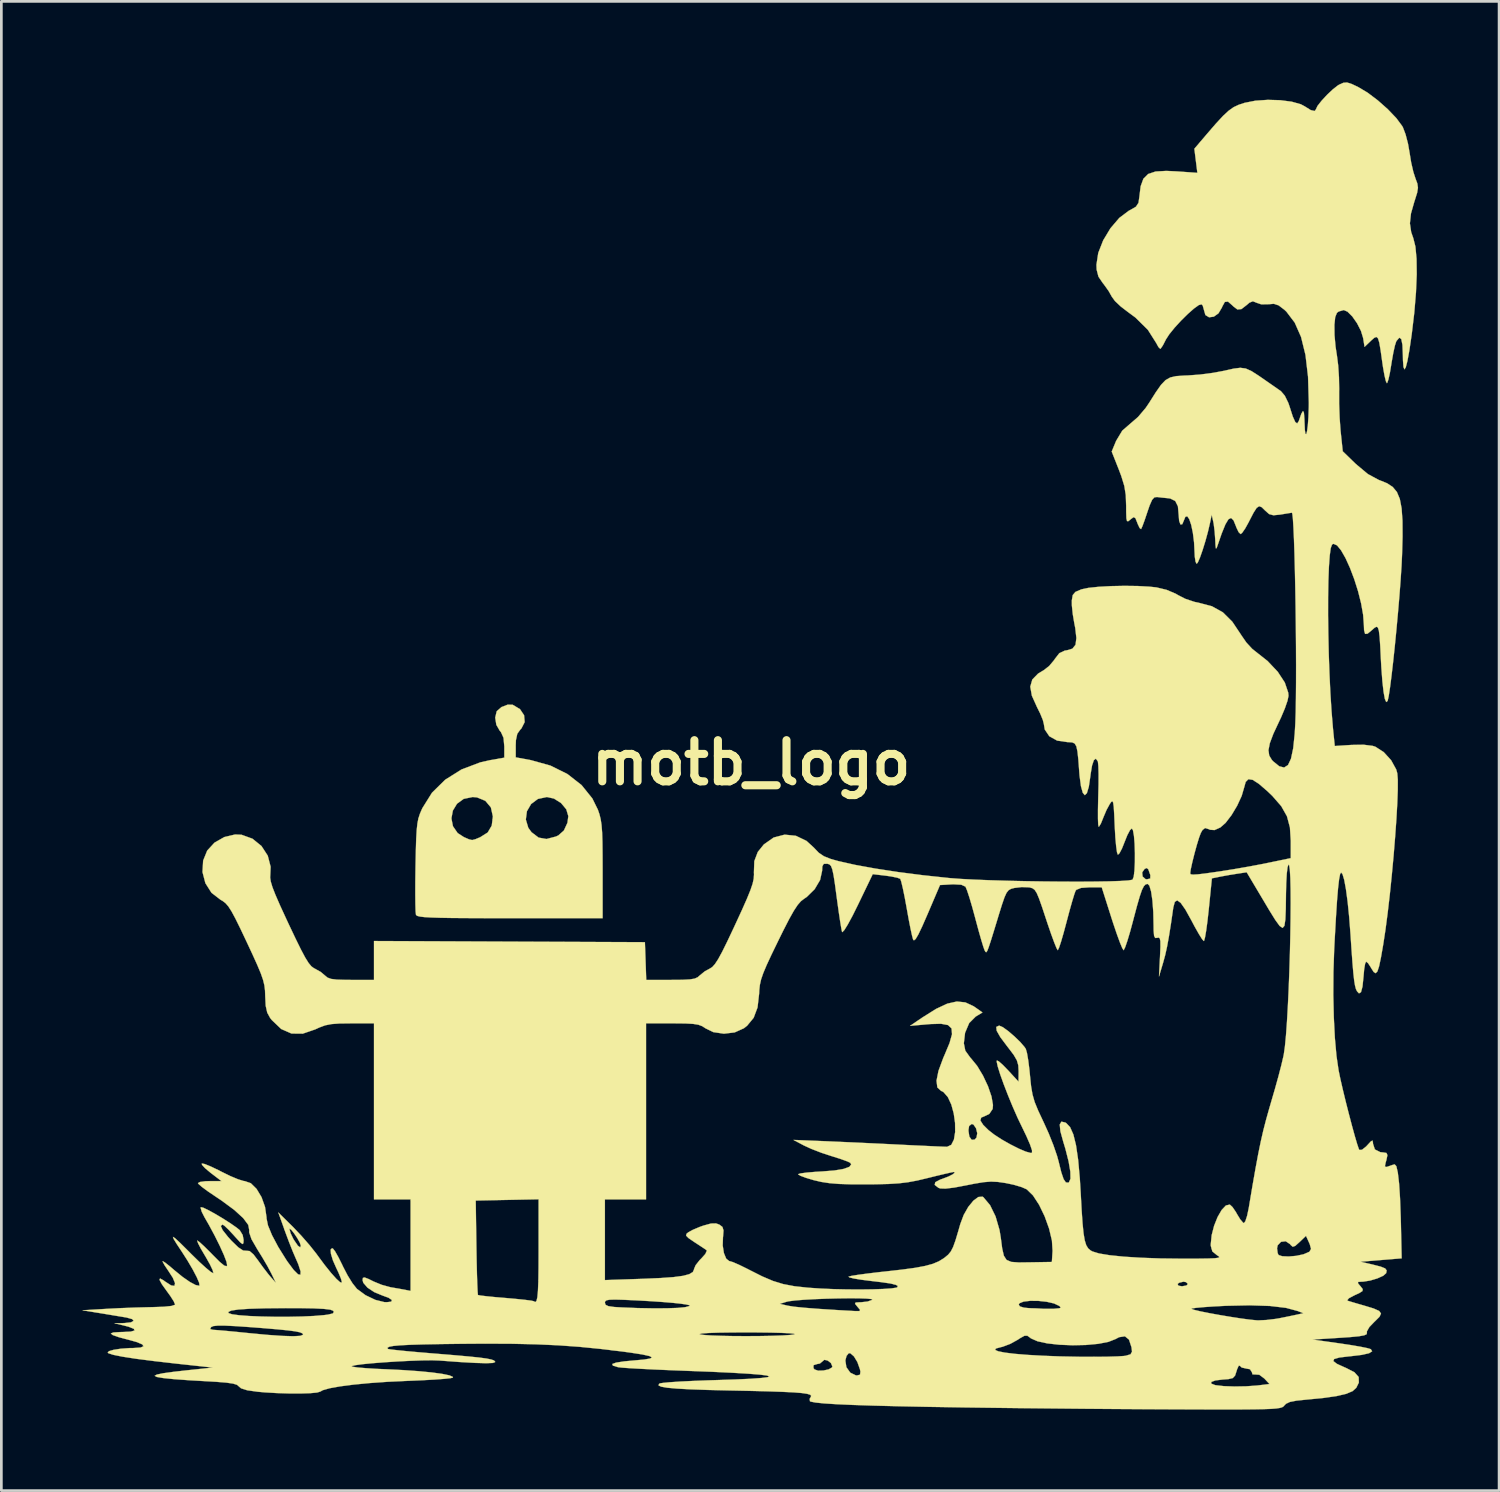
<source format=kicad_pcb>
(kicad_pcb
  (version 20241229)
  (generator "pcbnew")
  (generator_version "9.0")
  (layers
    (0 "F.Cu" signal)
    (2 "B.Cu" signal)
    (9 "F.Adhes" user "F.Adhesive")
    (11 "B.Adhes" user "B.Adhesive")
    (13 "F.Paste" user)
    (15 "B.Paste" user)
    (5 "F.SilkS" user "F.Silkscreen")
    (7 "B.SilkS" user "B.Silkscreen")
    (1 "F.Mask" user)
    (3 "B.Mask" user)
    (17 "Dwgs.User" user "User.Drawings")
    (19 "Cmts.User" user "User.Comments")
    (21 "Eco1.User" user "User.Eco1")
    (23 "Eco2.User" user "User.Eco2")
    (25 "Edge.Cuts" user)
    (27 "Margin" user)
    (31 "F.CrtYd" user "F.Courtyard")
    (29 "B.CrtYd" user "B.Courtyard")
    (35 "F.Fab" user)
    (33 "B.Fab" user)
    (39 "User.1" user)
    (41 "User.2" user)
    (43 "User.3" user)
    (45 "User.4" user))
  (footprint "motb_logo"
    (layer "F.Cu")
    (at 24.77 25.196)
    (property "Reference" "motb_logo" (at 0 0 0) (layer "F.SilkS") (effects (font (size 1.524 1.524) (thickness 0.3))))
    (attr through_hole)
    (fp_poly (pts (xy -8.833 -2.146) (xy -8.563 -1.984) (xy -8.411 -1.757) (xy -8.39 -1.505) (xy -8.511 -1.268) (xy -8.551 -1.228) (xy -8.663 -1.072) (xy -8.714 -0.836) (xy -8.721 -0.637) (xy -8.721 -0.199) (xy -8.154 -0.094) (xy -7.437 0.106) (xy -6.807 0.418) (xy -6.283 0.828) (xy -5.884 1.323) (xy -5.679 1.738) (xy -5.619 1.913) (xy -5.575 2.093) (xy -5.543 2.305) (xy -5.522 2.577) (xy -5.51 2.937) (xy -5.505 3.413) (xy -5.503 3.983) (xy -5.503 5.757) (xy -8.935 5.757) (xy -9.799 5.757) (xy -10.509 5.754) (xy -11.08 5.75) (xy -11.526 5.742) (xy -11.862 5.731) (xy -12.103 5.717) (xy -12.265 5.698) (xy -12.361 5.674) (xy -12.407 5.644) (xy -12.415 5.631) (xy -12.429 5.51) (xy -12.437 5.248) (xy -12.441 4.873) (xy -12.44 4.414) (xy -12.433 3.897) (xy -12.432 3.832) (xy -12.42 3.254) (xy -12.407 2.817) (xy -12.388 2.492) (xy -12.362 2.249) (xy -12.325 2.062) (xy -11.103 2.062) (xy -11.046 2.352) (xy -10.872 2.605) (xy -10.64 2.755) (xy -10.449 2.838) (xy -10.335 2.864) (xy -10.215 2.833) (xy -10.037 2.759) (xy -9.758 2.583) (xy -9.609 2.328) (xy -9.581 2.104) (xy -8.347 2.104) (xy -8.255 2.412) (xy -8.137 2.573) (xy -7.874 2.773) (xy -7.583 2.825) (xy -7.234 2.734) (xy -7.143 2.692) (xy -6.938 2.511) (xy -6.806 2.225) (xy -6.773 1.979) (xy -6.849 1.725) (xy -7.043 1.493) (xy -7.307 1.327) (xy -7.566 1.27) (xy -7.9 1.341) (xy -8.152 1.53) (xy -8.307 1.797) (xy -8.347 2.104) (xy -9.581 2.104) (xy -9.567 1.991) (xy -9.641 1.656) (xy -9.845 1.412) (xy -10.154 1.284) (xy -10.314 1.27) (xy -10.647 1.338) (xy -10.895 1.518) (xy -11.049 1.772) (xy -11.103 2.062) (xy -12.325 2.062) (xy -12.324 2.061) (xy -12.272 1.897) (xy -12.201 1.731) (xy -12.178 1.681) (xy -11.822 1.111) (xy -11.333 0.63) (xy -10.731 0.251) (xy -10.035 -0.013) (xy -9.665 -0.096) (xy -9.144 -0.187) (xy -9.144 -0.602) (xy -9.173 -0.923) (xy -9.269 -1.135) (xy -9.313 -1.185) (xy -9.439 -1.403) (xy -9.481 -1.669) (xy -9.427 -1.899) (xy -9.418 -1.913) (xy -9.247 -2.062) (xy -9.019 -2.15) (xy -8.833 -2.146)) (stroke (width 0.01) (type solid)) (fill yes) (layer "F.SilkS"))
    (fp_poly (pts (xy 22.238 -25.136) (xy 22.47 -25.027) (xy 22.823 -24.817) (xy 23.205 -24.529) (xy 23.575 -24.201) (xy 23.89 -23.871) (xy 24.108 -23.577) (xy 24.136 -23.526) (xy 24.233 -23.27) (xy 24.323 -22.923) (xy 24.382 -22.584) (xy 24.441 -22.222) (xy 24.521 -21.878) (xy 24.598 -21.64) (xy 24.669 -21.449) (xy 24.691 -21.291) (xy 24.661 -21.106) (xy 24.575 -20.831) (xy 24.56 -20.787) (xy 24.432 -20.337) (xy 24.393 -19.975) (xy 24.441 -19.648) (xy 24.519 -19.424) (xy 24.597 -19.114) (xy 24.639 -18.662) (xy 24.646 -18.089) (xy 24.618 -17.418) (xy 24.556 -16.671) (xy 24.461 -15.87) (xy 24.375 -15.282) (xy 24.302 -14.882) (xy 24.24 -14.643) (xy 24.191 -14.567) (xy 24.155 -14.655) (xy 24.136 -14.909) (xy 24.133 -15.092) (xy 24.117 -15.475) (xy 24.073 -15.691) (xy 24.001 -15.741) (xy 23.901 -15.624) (xy 23.886 -15.598) (xy 23.837 -15.447) (xy 23.778 -15.179) (xy 23.719 -14.845) (xy 23.704 -14.752) (xy 23.651 -14.433) (xy 23.597 -14.191) (xy 23.552 -14.064) (xy 23.54 -14.055) (xy 23.502 -14.133) (xy 23.452 -14.342) (xy 23.398 -14.645) (xy 23.37 -14.836) (xy 23.309 -15.27) (xy 23.26 -15.557) (xy 23.211 -15.716) (xy 23.152 -15.769) (xy 23.072 -15.735) (xy 22.959 -15.635) (xy 22.945 -15.621) (xy 22.714 -15.4) (xy 22.661 -15.729) (xy 22.58 -15.994) (xy 22.436 -16.275) (xy 22.26 -16.527) (xy 22.082 -16.704) (xy 21.945 -16.764) (xy 21.757 -16.71) (xy 21.692 -16.662) (xy 21.627 -16.504) (xy 21.597 -16.217) (xy 21.601 -15.839) (xy 21.64 -15.407) (xy 21.692 -15.071) (xy 21.737 -14.716) (xy 21.766 -14.277) (xy 21.774 -13.838) (xy 21.772 -13.758) (xy 21.772 -13.29) (xy 21.791 -12.77) (xy 21.825 -12.302) (xy 21.829 -12.265) (xy 21.906 -11.533) (xy 22.392 -11.062) (xy 22.836 -10.691) (xy 23.244 -10.47) (xy 23.283 -10.457) (xy 23.549 -10.349) (xy 23.757 -10.212) (xy 23.912 -10.025) (xy 24.02 -9.767) (xy 24.086 -9.42) (xy 24.118 -8.962) (xy 24.121 -8.375) (xy 24.103 -7.715) (xy 24.083 -7.285) (xy 24.049 -6.766) (xy 24.005 -6.183) (xy 23.952 -5.562) (xy 23.894 -4.929) (xy 23.833 -4.308) (xy 23.771 -3.726) (xy 23.711 -3.208) (xy 23.656 -2.78) (xy 23.608 -2.467) (xy 23.57 -2.295) (xy 23.566 -2.286) (xy 23.516 -2.248) (xy 23.465 -2.366) (xy 23.417 -2.629) (xy 23.373 -3.022) (xy 23.335 -3.534) (xy 23.32 -3.81) (xy 23.295 -4.314) (xy 23.271 -4.668) (xy 23.243 -4.893) (xy 23.206 -5.009) (xy 23.153 -5.036) (xy 23.078 -4.993) (xy 23 -4.923) (xy 22.828 -4.78) (xy 22.734 -4.77) (xy 22.696 -4.907) (xy 22.689 -5.101) (xy 22.661 -5.479) (xy 22.586 -5.904) (xy 22.473 -6.352) (xy 22.332 -6.797) (xy 22.174 -7.214) (xy 22.008 -7.579) (xy 21.844 -7.866) (xy 21.693 -8.05) (xy 21.563 -8.107) (xy 21.509 -8.079) (xy 21.461 -7.946) (xy 21.423 -7.665) (xy 21.394 -7.256) (xy 21.374 -6.741) (xy 21.364 -6.141) (xy 21.363 -5.476) (xy 21.372 -4.767) (xy 21.388 -4.035) (xy 21.414 -3.301) (xy 21.448 -2.586) (xy 21.491 -1.91) (xy 21.542 -1.295) (xy 21.56 -1.11) (xy 21.611 -0.619) (xy 22.234 -0.659) (xy 22.681 -0.666) (xy 23.015 -0.624) (xy 23.113 -0.593) (xy 23.424 -0.393) (xy 23.699 -0.091) (xy 23.886 0.249) (xy 23.926 0.392) (xy 23.945 0.627) (xy 23.944 1.004) (xy 23.926 1.5) (xy 23.893 2.089) (xy 23.846 2.747) (xy 23.789 3.447) (xy 23.722 4.167) (xy 23.649 4.88) (xy 23.57 5.561) (xy 23.488 6.187) (xy 23.405 6.731) (xy 23.405 6.731) (xy 23.321 7.213) (xy 23.252 7.541) (xy 23.189 7.73) (xy 23.125 7.795) (xy 23.052 7.75) (xy 22.961 7.608) (xy 22.945 7.578) (xy 22.844 7.424) (xy 22.771 7.366) (xy 22.735 7.443) (xy 22.7 7.645) (xy 22.676 7.913) (xy 22.638 8.288) (xy 22.582 8.497) (xy 22.508 8.542) (xy 22.435 8.464) (xy 22.395 8.381) (xy 22.361 8.254) (xy 22.329 8.061) (xy 22.298 7.783) (xy 22.265 7.396) (xy 22.228 6.879) (xy 22.193 6.35) (xy 22.144 5.711) (xy 22.087 5.15) (xy 22.025 4.687) (xy 21.961 4.339) (xy 21.897 4.126) (xy 21.844 4.064) (xy 21.808 4.126) (xy 21.771 4.316) (xy 21.733 4.642) (xy 21.694 5.111) (xy 21.654 5.731) (xy 21.61 6.51) (xy 21.589 6.914) (xy 21.561 7.751) (xy 21.556 8.6) (xy 21.575 9.424) (xy 21.614 10.188) (xy 21.674 10.857) (xy 21.752 11.391) (xy 21.818 11.711) (xy 21.909 12.107) (xy 22.016 12.548) (xy 22.131 13) (xy 22.245 13.434) (xy 22.35 13.816) (xy 22.438 14.115) (xy 22.5 14.299) (xy 22.521 14.341) (xy 22.619 14.334) (xy 22.771 14.213) (xy 22.809 14.172) (xy 22.948 14.022) (xy 23.009 13.992) (xy 23.026 14.075) (xy 23.027 14.113) (xy 23.096 14.321) (xy 23.297 14.422) (xy 23.41 14.433) (xy 23.526 14.452) (xy 23.56 14.533) (xy 23.522 14.716) (xy 23.495 14.808) (xy 23.467 14.951) (xy 23.529 14.971) (xy 23.591 14.95) (xy 23.762 14.891) (xy 23.829 14.874) (xy 23.892 14.945) (xy 23.946 15.182) (xy 23.992 15.579) (xy 24.028 16.132) (xy 24.054 16.838) (xy 24.06 17.072) (xy 24.088 18.354) (xy 22.564 18.48) (xy 23.011 18.584) (xy 23.311 18.661) (xy 23.476 18.727) (xy 23.533 18.802) (xy 23.514 18.903) (xy 23.406 18.999) (xy 23.189 19.097) (xy 22.92 19.177) (xy 22.66 19.218) (xy 22.604 19.219) (xy 22.472 19.228) (xy 22.475 19.285) (xy 22.563 19.387) (xy 22.645 19.492) (xy 22.637 19.565) (xy 22.515 19.643) (xy 22.344 19.721) (xy 22.136 19.831) (xy 22.073 19.906) (xy 22.1 19.928) (xy 22.247 19.973) (xy 22.495 20.046) (xy 22.691 20.102) (xy 23.049 20.211) (xy 23.255 20.303) (xy 23.323 20.399) (xy 23.267 20.519) (xy 23.1 20.685) (xy 23.083 20.7) (xy 22.89 20.901) (xy 22.8 21.06) (xy 22.801 21.111) (xy 22.791 21.164) (xy 22.7 21.205) (xy 22.505 21.24) (xy 22.182 21.271) (xy 21.816 21.296) (xy 20.786 21.362) (xy 21.812 21.507) (xy 22.218 21.568) (xy 22.566 21.628) (xy 22.82 21.68) (xy 22.944 21.717) (xy 22.945 21.717) (xy 22.995 21.797) (xy 22.881 21.868) (xy 22.609 21.93) (xy 22.183 21.981) (xy 22.144 21.984) (xy 21.782 22.027) (xy 21.587 22.083) (xy 21.558 22.159) (xy 21.692 22.262) (xy 21.989 22.397) (xy 22.02 22.409) (xy 22.338 22.572) (xy 22.496 22.749) (xy 22.502 22.956) (xy 22.407 23.149) (xy 22.272 23.271) (xy 22.034 23.372) (xy 21.674 23.456) (xy 21.178 23.527) (xy 20.575 23.585) (xy 20.195 23.624) (xy 19.95 23.672) (xy 19.805 23.74) (xy 19.744 23.802) (xy 19.712 23.839) (xy 19.661 23.87) (xy 19.578 23.894) (xy 19.447 23.914) (xy 19.253 23.929) (xy 18.983 23.939) (xy 18.621 23.946) (xy 18.153 23.95) (xy 17.564 23.951) (xy 16.839 23.95) (xy 15.964 23.947) (xy 15.68 23.946) (xy 14.676 23.941) (xy 13.55 23.934) (xy 12.352 23.925) (xy 11.127 23.913) (xy 9.924 23.901) (xy 8.792 23.887) (xy 7.777 23.874) (xy 7.744 23.873) (xy 6.506 23.853) (xy 5.432 23.831) (xy 4.519 23.808) (xy 3.762 23.783) (xy 3.157 23.756) (xy 2.699 23.727) (xy 2.384 23.695) (xy 2.207 23.661) (xy 2.176 23.648) (xy 2.163 23.56) (xy 2.202 23.494) (xy 2.221 23.445) (xy 2.182 23.405) (xy 2.069 23.371) (xy 1.869 23.342) (xy 1.568 23.318) (xy 1.152 23.298) (xy 0.607 23.279) (xy -0.082 23.262) (xy -0.804 23.247) (xy -1.612 23.228) (xy -2.26 23.205) (xy -2.756 23.178) (xy -3.111 23.146) (xy -3.333 23.107) (xy -3.431 23.061) (xy -3.416 23.007) (xy -3.393 22.991) (xy 17.032 22.991) (xy 17.175 23.047) (xy 17.209 23.054) (xy 17.505 23.087) (xy 17.902 23.101) (xy 18.331 23.093) (xy 18.723 23.065) (xy 18.761 23.061) (xy 19.192 23.009) (xy 19.004 22.806) (xy 18.817 22.666) (xy 18.679 22.656) (xy 18.564 22.651) (xy 18.542 22.573) (xy 18.47 22.461) (xy 18.337 22.437) (xy 18.165 22.398) (xy 18.094 22.331) (xy 18.052 22.332) (xy 17.993 22.464) (xy 17.976 22.521) (xy 17.919 22.696) (xy 17.835 22.787) (xy 17.673 22.827) (xy 17.457 22.843) (xy 17.188 22.876) (xy 17.042 22.93) (xy 17.032 22.991) (xy -3.393 22.991) (xy -3.392 22.99) (xy -3.278 22.968) (xy -3.019 22.943) (xy -2.643 22.918) (xy -2.174 22.895) (xy -1.639 22.874) (xy -1.346 22.865) (xy -0.606 22.841) (xy -0.034 22.815) (xy 0.37 22.786) (xy 0.605 22.757) (xy 0.674 22.726) (xy 0.576 22.693) (xy 0.312 22.66) (xy -0.117 22.626) (xy -0.712 22.591) (xy -1.47 22.555) (xy -2.393 22.52) (xy -2.413 22.519) (xy -3.03 22.495) (xy -3.602 22.47) (xy -4.103 22.445) (xy -4.508 22.422) (xy -4.794 22.401) (xy -4.932 22.385) (xy -5.123 22.324) (xy -5.128 22.311) (xy 2.305 22.311) (xy 2.307 22.42) (xy 2.346 22.469) (xy 2.476 22.514) (xy 2.673 22.509) (xy 2.868 22.466) (xy 2.991 22.396) (xy 3.006 22.361) (xy 2.952 22.233) (xy 2.832 22.138) (xy 2.809 22.133) (xy 3.486 22.133) (xy 3.524 22.385) (xy 3.668 22.588) (xy 3.875 22.688) (xy 3.917 22.691) (xy 4.03 22.663) (xy 4.044 22.549) (xy 4.025 22.458) (xy 3.931 22.194) (xy 3.804 21.985) (xy 3.675 21.872) (xy 3.614 21.866) (xy 3.531 21.966) (xy 3.486 22.133) (xy 2.809 22.133) (xy 2.708 22.112) (xy 2.649 22.162) (xy 2.543 22.25) (xy 2.448 22.267) (xy 2.305 22.311) (xy -5.128 22.311) (xy -5.146 22.268) (xy -5.004 22.216) (xy -4.699 22.169) (xy -4.348 22.137) (xy -3.966 22.102) (xy -3.741 22.064) (xy -3.675 22.021) (xy -3.772 21.972) (xy -4.032 21.914) (xy -4.458 21.848) (xy -4.75 21.808) (xy -5.27 21.745) (xy 9.032 21.745) (xy 9.145 21.796) (xy 9.39 21.845) (xy 9.754 21.89) (xy 10.226 21.929) (xy 10.792 21.961) (xy 11.439 21.986) (xy 12.157 22) (xy 12.287 22.001) (xy 12.765 22.002) (xy 13.201 21.997) (xy 13.56 21.986) (xy 13.804 21.97) (xy 13.871 21.961) (xy 14.048 21.908) (xy 14.102 21.808) (xy 14.082 21.644) (xy 13.99 21.364) (xy 13.84 21.242) (xy 13.623 21.274) (xy 13.493 21.343) (xy 13.226 21.448) (xy 12.846 21.521) (xy 12.39 21.563) (xy 11.899 21.573) (xy 11.411 21.554) (xy 10.966 21.504) (xy 10.602 21.425) (xy 10.359 21.318) (xy 10.331 21.295) (xy 10.225 21.219) (xy 10.118 21.222) (xy 9.954 21.313) (xy 9.865 21.372) (xy 9.593 21.522) (xy 9.312 21.628) (xy 9.251 21.642) (xy 9.063 21.693) (xy 9.032 21.745) (xy -5.27 21.745) (xy -5.573 21.709) (xy -6.36 21.631) (xy -7.146 21.575) (xy -7.968 21.538) (xy -8.862 21.518) (xy -9.862 21.513) (xy -10.692 21.519) (xy -11.488 21.529) (xy -12.129 21.541) (xy -12.627 21.556) (xy -12.997 21.575) (xy -13.251 21.598) (xy -13.404 21.627) (xy -13.469 21.663) (xy -13.459 21.706) (xy -13.455 21.71) (xy -13.364 21.727) (xy -13.129 21.754) (xy -12.777 21.79) (xy -12.334 21.83) (xy -11.824 21.873) (xy -11.696 21.883) (xy -11.017 21.939) (xy -10.489 21.986) (xy -10.094 22.026) (xy -9.814 22.063) (xy -9.632 22.099) (xy -9.529 22.135) (xy -9.486 22.176) (xy -9.483 22.196) (xy -9.566 22.228) (xy -9.817 22.238) (xy -10.233 22.226) (xy -10.814 22.193) (xy -11.559 22.138) (xy -11.562 22.138) (xy -11.822 22.129) (xy -12.187 22.133) (xy -12.621 22.149) (xy -13.092 22.172) (xy -13.566 22.203) (xy -14.007 22.237) (xy -14.382 22.273) (xy -14.657 22.31) (xy -14.799 22.344) (xy -14.801 22.345) (xy -14.76 22.369) (xy -14.576 22.396) (xy -14.271 22.422) (xy -13.872 22.447) (xy -13.516 22.462) (xy -12.887 22.493) (xy -12.318 22.533) (xy -11.831 22.58) (xy -11.444 22.633) (xy -11.178 22.688) (xy -11.051 22.744) (xy -11.046 22.771) (xy -11.139 22.793) (xy -11.375 22.818) (xy -11.727 22.844) (xy -12.169 22.868) (xy -12.676 22.89) (xy -12.75 22.893) (xy -13.462 22.926) (xy -14.126 22.973) (xy -14.72 23.03) (xy -15.222 23.095) (xy -15.612 23.165) (xy -15.869 23.238) (xy -15.955 23.287) (xy -16.077 23.324) (xy -16.332 23.348) (xy -16.688 23.359) (xy -17.11 23.358) (xy -17.564 23.344) (xy -18.015 23.318) (xy -18.275 23.295) (xy -18.661 23.241) (xy -18.892 23.168) (xy -18.972 23.1) (xy -19.041 23.039) (xy -19.189 22.993) (xy -19.442 22.957) (xy -19.824 22.926) (xy -20.085 22.911) (xy -20.816 22.869) (xy -21.38 22.828) (xy -21.779 22.787) (xy -22.016 22.746) (xy -22.092 22.704) (xy -22.01 22.658) (xy -21.772 22.609) (xy -21.38 22.555) (xy -20.947 22.506) (xy -19.939 22.4) (xy -21.294 22.253) (xy -22.112 22.159) (xy -22.776 22.074) (xy -23.282 21.996) (xy -23.626 21.927) (xy -23.807 21.868) (xy -23.832 21.847) (xy -23.787 21.793) (xy -23.612 21.742) (xy -23.345 21.701) (xy -23.025 21.678) (xy -22.886 21.676) (xy -22.614 21.658) (xy -22.504 21.61) (xy -22.554 21.539) (xy -22.76 21.453) (xy -23.011 21.383) (xy -23.412 21.277) (xy -23.647 21.194) (xy -23.716 21.136) (xy -23.62 21.099) (xy -23.361 21.084) (xy -23.288 21.083) (xy -22.979 21.068) (xy -22.836 21.027) (xy -22.858 20.974) (xy -20.038 20.974) (xy -19.928 21.003) (xy -19.892 21.004) (xy -19.73 21.016) (xy -19.44 21.041) (xy -19.063 21.077) (xy -18.639 21.12) (xy -18.627 21.121) (xy -17.933 21.187) (xy -17.375 21.226) (xy -16.962 21.239) (xy -16.699 21.225) (xy -16.596 21.184) (xy -16.595 21.176) (xy -16.606 21.157) (xy -1.914 21.157) (xy -1.905 21.167) (xy -1.762 21.191) (xy -1.483 21.211) (xy -1.102 21.224) (xy -0.652 21.233) (xy -0.167 21.235) (xy 0.319 21.232) (xy 0.774 21.224) (xy 1.163 21.21) (xy 1.454 21.191) (xy 1.609 21.167) (xy 1.591 21.147) (xy 1.423 21.129) (xy 1.123 21.115) (xy 0.709 21.104) (xy 0.199 21.098) (xy -0.127 21.096) (xy -0.724 21.099) (xy -1.215 21.106) (xy -1.587 21.119) (xy -1.825 21.136) (xy -1.914 21.157) (xy -16.606 21.157) (xy -16.621 21.133) (xy -16.711 21.094) (xy -16.883 21.058) (xy -17.157 21.022) (xy -17.551 20.983) (xy -18.083 20.938) (xy -18.524 20.904) (xy -19.075 20.866) (xy -19.478 20.846) (xy -19.753 20.845) (xy -19.921 20.863) (xy -20.001 20.899) (xy -20.038 20.974) (xy -22.858 20.974) (xy -22.861 20.966) (xy -23.052 20.889) (xy -23.242 20.839) (xy -23.58 20.76) (xy -23.22 20.752) (xy -22.972 20.725) (xy -22.871 20.67) (xy -22.923 20.605) (xy -23.135 20.546) (xy -23.352 20.51) (xy -23.672 20.457) (xy -24.032 20.397) (xy -24.088 20.388) (xy -24.39 20.339) (xy -19.364 20.339) (xy -19.354 20.383) (xy -19.227 20.426) (xy -18.962 20.462) (xy -18.589 20.49) (xy -18.139 20.509) (xy -17.643 20.519) (xy -17.131 20.519) (xy -16.635 20.509) (xy -16.185 20.488) (xy -15.812 20.456) (xy -15.673 20.438) (xy -15.491 20.394) (xy -15.456 20.334) (xy -15.487 20.293) (xy -15.592 20.254) (xy -15.826 20.226) (xy -16.199 20.207) (xy -16.722 20.198) (xy -17.255 20.197) (xy -17.997 20.204) (xy -18.574 20.221) (xy -18.991 20.249) (xy -19.253 20.288) (xy -19.364 20.339) (xy -24.39 20.339) (xy -24.765 20.278) (xy -23.876 20.225) (xy -23.38 20.199) (xy -22.829 20.178) (xy -22.317 20.164) (xy -22.162 20.161) (xy -21.751 20.147) (xy -21.473 20.118) (xy -21.344 20.076) (xy -21.336 20.061) (xy -21.363 19.999) (xy -5.419 19.999) (xy -5.392 20.076) (xy -5.289 20.125) (xy -5.076 20.156) (xy -4.805 20.172) (xy -4.194 20.196) (xy -3.624 20.206) (xy -3.125 20.204) (xy -2.726 20.19) (xy -2.458 20.164) (xy -2.413 20.155) (xy -2.286 20.119) (xy -2.281 20.092) (xy -2.414 20.062) (xy -2.57 20.04) (xy 1.058 20.04) (xy 1.355 20.108) (xy 1.585 20.145) (xy 1.967 20.184) (xy 2.506 20.226) (xy 3.207 20.271) (xy 3.844 20.307) (xy 4.011 20.308) (xy 4.031 20.263) (xy 3.998 20.224) (xy 16.3 20.224) (xy 16.405 20.263) (xy 16.641 20.319) (xy 16.97 20.385) (xy 17.357 20.455) (xy 17.763 20.523) (xy 18.152 20.583) (xy 18.486 20.627) (xy 18.73 20.65) (xy 18.771 20.652) (xy 19.072 20.638) (xy 19.425 20.596) (xy 19.575 20.57) (xy 19.874 20.51) (xy 20.136 20.455) (xy 20.235 20.434) (xy 20.447 20.386) (xy 20.235 20.304) (xy 19.803 20.188) (xy 19.21 20.118) (xy 18.46 20.093) (xy 17.585 20.112) (xy 17.136 20.135) (xy 16.757 20.161) (xy 16.477 20.187) (xy 16.321 20.211) (xy 16.3 20.224) (xy 3.998 20.224) (xy 3.937 20.151) (xy 3.871 20.069) (xy 9.906 20.069) (xy 9.951 20.135) (xy 10.099 20.18) (xy 10.372 20.208) (xy 10.789 20.222) (xy 10.88 20.223) (xy 11.21 20.223) (xy 11.396 20.212) (xy 11.461 20.184) (xy 11.429 20.134) (xy 11.405 20.115) (xy 11.215 20.025) (xy 10.944 19.963) (xy 10.636 19.93) (xy 10.336 19.927) (xy 10.087 19.956) (xy 9.934 20.017) (xy 9.906 20.069) (xy 3.871 20.069) (xy 3.844 20.037) (xy 3.868 19.99) (xy 4.033 19.98) (xy 4.072 19.98) (xy 4.309 19.954) (xy 4.483 19.893) (xy 4.487 19.89) (xy 4.453 19.863) (xy 4.279 19.845) (xy 3.995 19.835) (xy 3.63 19.833) (xy 3.213 19.838) (xy 2.775 19.849) (xy 2.343 19.866) (xy 1.948 19.888) (xy 1.619 19.915) (xy 1.386 19.945) (xy 1.312 19.962) (xy 1.058 20.04) (xy -2.57 20.04) (xy -2.625 20.032) (xy -2.888 20.004) (xy -3.271 19.972) (xy -3.725 19.941) (xy -4.201 19.914) (xy -4.255 19.911) (xy -4.72 19.89) (xy -5.042 19.881) (xy -5.248 19.887) (xy -5.361 19.909) (xy -5.41 19.949) (xy -5.419 19.999) (xy -21.363 19.999) (xy -21.384 19.949) (xy -21.508 19.754) (xy -21.632 19.583) (xy -21.826 19.312) (xy -21.913 19.149) (xy -21.893 19.099) (xy -21.764 19.169) (xy -21.706 19.213) (xy -21.483 19.357) (xy -21.36 19.374) (xy -21.338 19.274) (xy -21.421 19.072) (xy -21.591 18.809) (xy -21.724 18.612) (xy -21.794 18.484) (xy -21.794 18.457) (xy -21.709 18.509) (xy -21.537 18.644) (xy -21.349 18.805) (xy -21.057 19.043) (xy -20.787 19.23) (xy -20.573 19.344) (xy -20.445 19.368) (xy -20.433 19.361) (xy -20.444 19.262) (xy -20.532 19.054) (xy -20.681 18.769) (xy -20.875 18.438) (xy -21.079 18.119) (xy -21.279 17.817) (xy -21.393 17.63) (xy -21.415 17.559) (xy -21.34 17.606) (xy -21.162 17.77) (xy -20.874 18.055) (xy -20.736 18.194) (xy -20.444 18.48) (xy -20.196 18.706) (xy -20.015 18.855) (xy -19.924 18.905) (xy -19.917 18.901) (xy -19.945 18.791) (xy -20.044 18.581) (xy -20.196 18.311) (xy -20.23 18.254) (xy -20.384 17.992) (xy -20.485 17.796) (xy -20.517 17.7) (xy -20.512 17.695) (xy -20.43 17.753) (xy -20.263 17.905) (xy -20.041 18.125) (xy -19.944 18.224) (xy -19.685 18.484) (xy -19.517 18.622) (xy -19.429 18.646) (xy -19.408 18.613) (xy -19.434 18.477) (xy -19.53 18.226) (xy -19.68 17.894) (xy -19.87 17.512) (xy -20.084 17.114) (xy -20.248 16.829) (xy -20.351 16.626) (xy -20.39 16.485) (xy -20.382 16.459) (xy -20.294 16.478) (xy -20.102 16.57) (xy -19.845 16.712) (xy -19.56 16.882) (xy -19.285 17.058) (xy -19.056 17.218) (xy -18.944 17.308) (xy -18.833 17.491) (xy -18.799 17.674) (xy -18.806 17.794) (xy -18.841 17.826) (xy -18.928 17.758) (xy -19.093 17.578) (xy -19.159 17.504) (xy -19.353 17.295) (xy -19.506 17.15) (xy -19.579 17.102) (xy -19.644 17.155) (xy -19.575 17.309) (xy -19.374 17.563) (xy -19.249 17.701) (xy -18.997 17.946) (xy -18.817 18.064) (xy -18.7 18.073) (xy -18.577 18.084) (xy -18.433 18.208) (xy -18.269 18.424) (xy -18.075 18.692) (xy -17.885 18.938) (xy -17.797 19.043) (xy -17.602 19.262) (xy -17.777 18.903) (xy -17.915 18.643) (xy -18.106 18.317) (xy -18.293 18.015) (xy -18.506 17.646) (xy -18.593 17.39) (xy -18.59 17.307) (xy -18.627 17.114) (xy -18.814 16.863) (xy -19.145 16.561) (xy -19.615 16.214) (xy -19.833 16.068) (xy -20.12 15.874) (xy -20.343 15.709) (xy -20.471 15.597) (xy -20.489 15.568) (xy -20.413 15.526) (xy -20.217 15.499) (xy -20.054 15.494) (xy -19.618 15.494) (xy -20.027 15.182) (xy -20.226 15.015) (xy -20.34 14.891) (xy -20.346 14.84) (xy -20.235 14.863) (xy -20.016 14.952) (xy -19.728 15.089) (xy -19.607 15.152) (xy -19.286 15.309) (xy -19 15.428) (xy -18.798 15.49) (xy -18.757 15.494) (xy -18.532 15.572) (xy -18.318 15.783) (xy -18.135 16.088) (xy -18.005 16.452) (xy -17.95 16.836) (xy -17.95 16.873) (xy -17.897 17.133) (xy -17.748 17.495) (xy -17.517 17.931) (xy -17.217 18.412) (xy -17.172 18.479) (xy -16.944 18.785) (xy -16.782 18.946) (xy -16.693 18.962) (xy -16.688 18.837) (xy -16.773 18.574) (xy -16.86 18.373) (xy -16.976 18.104) (xy -17.118 17.746) (xy -17.258 17.371) (xy -17.275 17.323) (xy -17.293 17.272) (xy -17.1 17.272) (xy -17.059 17.424) (xy -16.957 17.636) (xy -16.934 17.674) (xy -16.79 17.884) (xy -16.703 17.948) (xy -16.68 17.886) (xy -16.717 17.775) (xy -16.807 17.611) (xy -16.92 17.441) (xy -17.025 17.307) (xy -17.091 17.256) (xy -17.1 17.272) (xy -17.293 17.272) (xy -17.513 16.655) (xy -16.966 17.196) (xy -16.661 17.517) (xy -16.352 17.871) (xy -16.098 18.191) (xy -16.063 18.24) (xy -15.8 18.595) (xy -15.561 18.893) (xy -15.362 19.115) (xy -15.223 19.24) (xy -15.16 19.25) (xy -15.158 19.238) (xy -15.193 19.106) (xy -15.285 18.883) (xy -15.367 18.711) (xy -15.492 18.427) (xy -15.564 18.189) (xy -15.576 18.03) (xy -15.524 17.98) (xy -15.488 17.995) (xy -15.411 18.095) (xy -15.29 18.308) (xy -15.148 18.592) (xy -15.118 18.657) (xy -14.949 18.983) (xy -14.767 19.277) (xy -14.607 19.479) (xy -14.595 19.49) (xy -14.282 19.72) (xy -13.919 19.893) (xy -13.577 19.978) (xy -13.507 19.981) (xy -13.331 19.958) (xy -13.308 19.897) (xy -13.43 19.814) (xy -13.652 19.733) (xy -13.959 19.606) (xy -14.211 19.439) (xy -14.365 19.261) (xy -14.393 19.162) (xy -14.38 19.078) (xy -14.318 19.062) (xy -14.169 19.12) (xy -13.984 19.212) (xy -13.684 19.335) (xy -13.368 19.422) (xy -13.331 19.429) (xy -13.062 19.475) (xy -12.833 19.517) (xy -12.806 19.522) (xy -12.615 19.561) (xy -12.615 16.214) (xy -10.202 16.214) (xy -10.177 17.947) (xy -10.168 18.47) (xy -10.157 18.933) (xy -10.145 19.31) (xy -10.133 19.576) (xy -10.122 19.704) (xy -10.119 19.712) (xy -10.027 19.731) (xy -9.801 19.758) (xy -9.474 19.791) (xy -9.09 19.823) (xy -8.698 19.858) (xy -8.371 19.892) (xy -8.145 19.921) (xy -8.054 19.942) (xy -7.997 19.974) (xy -7.953 19.931) (xy -7.92 19.798) (xy -7.898 19.557) (xy -7.883 19.194) (xy -7.876 18.693) (xy -7.874 18.074) (xy -7.874 16.171) (xy -5.419 16.171) (xy -5.419 19.16) (xy -4 19.112) (xy -3.362 19.084) (xy -2.875 19.049) (xy -2.524 19.002) (xy -2.292 18.94) (xy -2.162 18.861) (xy -2.117 18.761) (xy -2.117 18.747) (xy -2.058 18.608) (xy -1.912 18.423) (xy -1.847 18.358) (xy -1.701 18.195) (xy -1.646 18.076) (xy -1.657 18.049) (xy -1.77 17.972) (xy -1.971 17.84) (xy -2.112 17.748) (xy -2.324 17.603) (xy -2.412 17.513) (xy -2.395 17.444) (xy -2.331 17.391) (xy -2.16 17.297) (xy -1.903 17.189) (xy -1.77 17.142) (xy -1.49 17.065) (xy -1.302 17.061) (xy -1.179 17.106) (xy -1.065 17.192) (xy -1.026 17.322) (xy -1.043 17.555) (xy -1.046 17.571) (xy -1.056 17.878) (xy -1.012 18.158) (xy -0.926 18.367) (xy -0.812 18.457) (xy -0.8 18.457) (xy -0.676 18.495) (xy -0.446 18.595) (xy -0.154 18.738) (xy -0.053 18.79) (xy 0.407 19.022) (xy 0.804 19.191) (xy 1.185 19.308) (xy 1.599 19.387) (xy 2.095 19.441) (xy 2.582 19.474) (xy 3.048 19.494) (xy 3.543 19.505) (xy 4.036 19.508) (xy 4.497 19.502) (xy 4.895 19.488) (xy 5.199 19.467) (xy 5.379 19.439) (xy 5.411 19.424) (xy 5.424 19.374) (xy 5.342 19.328) (xy 5.233 19.304) (xy 15.79 19.304) (xy 15.82 19.367) (xy 15.955 19.389) (xy 16.116 19.36) (xy 16.171 19.304) (xy 16.101 19.235) (xy 16.007 19.219) (xy 15.845 19.258) (xy 15.79 19.304) (xy 5.233 19.304) (xy 5.144 19.284) (xy 4.812 19.236) (xy 4.433 19.191) (xy 4.073 19.146) (xy 3.796 19.1) (xy 3.632 19.059) (xy 3.604 19.032) (xy 3.716 19.003) (xy 3.965 18.963) (xy 4.318 18.916) (xy 4.743 18.865) (xy 4.95 18.843) (xy 5.58 18.772) (xy 6.068 18.706) (xy 6.44 18.636) (xy 6.723 18.559) (xy 6.945 18.466) (xy 7.13 18.352) (xy 7.169 18.323) (xy 7.294 18.219) (xy 7.392 18.1) (xy 7.477 17.935) (xy 7.565 17.69) (xy 7.672 17.332) (xy 7.742 17.087) (xy 7.868 16.749) (xy 8.038 16.45) (xy 8.227 16.219) (xy 8.411 16.083) (xy 8.566 16.07) (xy 8.598 16.09) (xy 8.844 16.383) (xy 9.049 16.802) (xy 9.195 17.304) (xy 9.241 17.582) (xy 9.294 17.988) (xy 9.355 18.255) (xy 9.455 18.412) (xy 9.629 18.486) (xy 9.908 18.507) (xy 10.304 18.502) (xy 11.134 18.488) (xy 11.16 18.075) (xy 11.136 17.694) (xy 11.031 17.253) (xy 10.867 16.798) (xy 10.662 16.373) (xy 10.435 16.025) (xy 10.205 15.8) (xy 10.202 15.798) (xy 10.013 15.715) (xy 9.723 15.629) (xy 9.423 15.566) (xy 9.133 15.524) (xy 8.88 15.512) (xy 8.608 15.533) (xy 8.263 15.59) (xy 7.971 15.648) (xy 7.516 15.734) (xy 7.2 15.772) (xy 7.002 15.766) (xy 6.934 15.743) (xy 6.795 15.634) (xy 6.816 15.535) (xy 7.001 15.437) (xy 7.091 15.406) (xy 7.309 15.323) (xy 7.471 15.239) (xy 7.542 15.176) (xy 7.5 15.155) (xy 7.395 15.175) (xy 7.161 15.228) (xy 6.837 15.305) (xy 6.531 15.381) (xy 6.148 15.472) (xy 5.81 15.535) (xy 5.471 15.576) (xy 5.083 15.6) (xy 4.598 15.612) (xy 4.276 15.614) (xy 3.699 15.613) (xy 3.252 15.599) (xy 2.897 15.57) (xy 2.595 15.524) (xy 2.312 15.458) (xy 2.025 15.372) (xy 1.821 15.296) (xy 1.737 15.242) (xy 1.738 15.236) (xy 1.832 15.208) (xy 2.058 15.178) (xy 2.378 15.151) (xy 2.619 15.137) (xy 3.084 15.1) (xy 3.428 15.041) (xy 3.639 14.963) (xy 3.703 14.872) (xy 3.665 14.814) (xy 3.557 14.763) (xy 3.33 14.681) (xy 3.03 14.585) (xy 2.965 14.565) (xy 2.594 14.443) (xy 2.23 14.302) (xy 1.95 14.174) (xy 1.949 14.173) (xy 1.566 13.969) (xy 2.752 14.017) (xy 3.255 14.039) (xy 3.866 14.066) (xy 4.525 14.097) (xy 5.17 14.128) (xy 5.503 14.145) (xy 6.013 14.17) (xy 6.473 14.191) (xy 6.855 14.209) (xy 7.126 14.22) (xy 7.253 14.224) (xy 7.409 14.151) (xy 7.507 13.956) (xy 7.553 13.673) (xy 7.552 13.617) (xy 8.043 13.617) (xy 8.078 13.846) (xy 8.165 13.966) (xy 8.277 13.956) (xy 8.343 13.881) (xy 8.371 13.722) (xy 8.326 13.538) (xy 8.233 13.403) (xy 8.169 13.377) (xy 8.069 13.453) (xy 8.043 13.617) (xy 7.552 13.617) (xy 7.549 13.339) (xy 7.5 12.989) (xy 7.41 12.659) (xy 7.282 12.383) (xy 7.121 12.198) (xy 7.028 12.15) (xy 6.893 12.025) (xy 6.862 11.776) (xy 6.935 11.411) (xy 7.11 10.937) (xy 7.154 10.837) (xy 7.344 10.383) (xy 7.436 10.056) (xy 7.419 9.839) (xy 7.287 9.715) (xy 7.028 9.667) (xy 6.635 9.678) (xy 6.539 9.686) (xy 5.884 9.744) (xy 6.34 9.434) (xy 6.845 9.117) (xy 7.262 8.922) (xy 7.616 8.843) (xy 7.931 8.876) (xy 8.232 9.016) (xy 8.31 9.069) (xy 8.563 9.249) (xy 8.314 9.4) (xy 8.071 9.643) (xy 7.919 10.002) (xy 7.874 10.391) (xy 7.928 10.664) (xy 8.111 10.918) (xy 8.132 10.939) (xy 8.367 11.227) (xy 8.585 11.59) (xy 8.769 11.982) (xy 8.898 12.359) (xy 8.953 12.676) (xy 8.941 12.822) (xy 8.817 13.006) (xy 8.679 13.073) (xy 8.517 13.142) (xy 8.486 13.248) (xy 8.589 13.41) (xy 8.784 13.604) (xy 8.998 13.771) (xy 9.281 13.955) (xy 9.597 14.134) (xy 9.905 14.29) (xy 10.169 14.402) (xy 10.35 14.451) (xy 10.399 14.445) (xy 10.398 14.352) (xy 10.325 14.136) (xy 10.19 13.826) (xy 10.045 13.525) (xy 9.867 13.156) (xy 9.685 12.742) (xy 9.509 12.315) (xy 9.35 11.904) (xy 9.22 11.54) (xy 9.13 11.252) (xy 9.091 11.07) (xy 9.098 11.025) (xy 9.171 11.061) (xy 9.322 11.195) (xy 9.519 11.398) (xy 9.899 11.811) (xy 9.903 11.423) (xy 9.891 11.206) (xy 9.838 11.022) (xy 9.72 10.818) (xy 9.513 10.545) (xy 9.483 10.507) (xy 9.225 10.163) (xy 9.09 9.925) (xy 9.075 9.785) (xy 9.178 9.737) (xy 9.188 9.737) (xy 9.317 9.793) (xy 9.518 9.938) (xy 9.747 10.135) (xy 9.964 10.345) (xy 10.125 10.532) (xy 10.169 10.6) (xy 10.212 10.749) (xy 10.259 11.021) (xy 10.303 11.371) (xy 10.324 11.589) (xy 10.364 11.977) (xy 10.416 12.283) (xy 10.496 12.563) (xy 10.623 12.875) (xy 10.811 13.276) (xy 10.824 13.302) (xy 11.016 13.726) (xy 11.192 14.168) (xy 11.328 14.564) (xy 11.385 14.774) (xy 11.484 15.172) (xy 11.569 15.421) (xy 11.651 15.541) (xy 11.739 15.552) (xy 11.766 15.538) (xy 11.823 15.408) (xy 11.818 15.144) (xy 11.754 14.766) (xy 11.635 14.297) (xy 11.557 14.04) (xy 11.449 13.647) (xy 11.426 13.398) (xy 11.487 13.292) (xy 11.633 13.325) (xy 11.665 13.344) (xy 11.809 13.496) (xy 11.93 13.767) (xy 12.028 14.166) (xy 12.107 14.705) (xy 12.169 15.395) (xy 12.201 15.92) (xy 12.236 16.562) (xy 12.27 17.056) (xy 12.307 17.425) (xy 12.351 17.688) (xy 12.407 17.868) (xy 12.479 17.986) (xy 12.572 18.064) (xy 12.636 18.099) (xy 12.88 18.174) (xy 13.273 18.239) (xy 13.796 18.292) (xy 14.428 18.332) (xy 15.15 18.358) (xy 15.942 18.367) (xy 16.002 18.367) (xy 16.532 18.366) (xy 16.911 18.361) (xy 17.159 18.351) (xy 17.295 18.334) (xy 17.337 18.309) (xy 17.305 18.272) (xy 17.251 18.24) (xy 17.077 18.098) (xy 17.045 17.983) (xy 19.473 17.983) (xy 19.496 18.159) (xy 19.53 18.232) (xy 19.665 18.276) (xy 19.904 18.286) (xy 20.183 18.262) (xy 20.442 18.207) (xy 20.477 18.195) (xy 20.67 18.111) (xy 20.732 18.007) (xy 20.684 17.829) (xy 20.644 17.74) (xy 20.545 17.522) (xy 20.305 17.752) (xy 20.146 17.894) (xy 20.054 17.926) (xy 19.977 17.859) (xy 19.954 17.828) (xy 19.795 17.722) (xy 19.621 17.742) (xy 19.497 17.87) (xy 19.473 17.983) (xy 17.045 17.983) (xy 17.019 17.891) (xy 17.018 17.835) (xy 17.052 17.496) (xy 17.142 17.148) (xy 17.271 16.825) (xy 17.422 16.563) (xy 17.579 16.397) (xy 17.724 16.363) (xy 17.822 16.453) (xy 17.948 16.638) (xy 17.992 16.717) (xy 18.114 16.917) (xy 18.219 17.036) (xy 18.246 17.049) (xy 18.3 16.978) (xy 18.364 16.78) (xy 18.424 16.497) (xy 18.429 16.468) (xy 18.561 15.68) (xy 18.675 15.03) (xy 18.776 14.489) (xy 18.871 14.025) (xy 18.966 13.611) (xy 19.068 13.216) (xy 19.182 12.811) (xy 19.253 12.567) (xy 19.394 12.083) (xy 19.525 11.611) (xy 19.633 11.195) (xy 19.707 10.88) (xy 19.724 10.795) (xy 19.765 10.503) (xy 19.804 10.097) (xy 19.84 9.596) (xy 19.873 9.023) (xy 19.903 8.396) (xy 19.928 7.738) (xy 19.949 7.069) (xy 19.964 6.408) (xy 19.974 5.778) (xy 19.978 5.198) (xy 19.975 4.69) (xy 19.965 4.273) (xy 19.947 3.968) (xy 19.922 3.797) (xy 19.897 3.768) (xy 19.862 3.87) (xy 19.833 4.11) (xy 19.813 4.457) (xy 19.804 4.852) (xy 19.797 5.412) (xy 19.781 5.806) (xy 19.746 6.04) (xy 19.679 6.118) (xy 19.57 6.045) (xy 19.409 5.824) (xy 19.184 5.461) (xy 19.015 5.176) (xy 18.349 4.057) (xy 18 4.11) (xy 17.689 4.16) (xy 17.388 4.215) (xy 17.355 4.222) (xy 17.06 4.282) (xy 16.943 5.443) (xy 16.896 5.864) (xy 16.849 6.216) (xy 16.805 6.47) (xy 16.77 6.596) (xy 16.761 6.604) (xy 16.698 6.534) (xy 16.578 6.343) (xy 16.421 6.066) (xy 16.303 5.842) (xy 16.079 5.438) (xy 15.906 5.191) (xy 15.776 5.097) (xy 15.687 5.153) (xy 15.632 5.355) (xy 15.632 5.355) (xy 15.543 5.968) (xy 15.467 6.445) (xy 15.398 6.82) (xy 15.33 7.126) (xy 15.256 7.397) (xy 15.253 7.408) (xy 15.101 7.916) (xy 15.139 7.174) (xy 15.154 6.819) (xy 15.152 6.603) (xy 15.128 6.498) (xy 15.079 6.474) (xy 15.039 6.485) (xy 14.962 6.491) (xy 14.92 6.414) (xy 14.903 6.219) (xy 14.901 6.033) (xy 14.89 5.533) (xy 14.858 5.103) (xy 14.809 4.769) (xy 14.746 4.555) (xy 14.681 4.487) (xy 14.607 4.505) (xy 14.54 4.573) (xy 14.469 4.714) (xy 14.388 4.95) (xy 14.286 5.303) (xy 14.155 5.797) (xy 14.138 5.863) (xy 14.03 6.263) (xy 13.93 6.596) (xy 13.849 6.831) (xy 13.796 6.939) (xy 13.79 6.943) (xy 13.741 6.866) (xy 13.654 6.657) (xy 13.539 6.342) (xy 13.407 5.952) (xy 13.351 5.779) (xy 12.981 4.614) (xy 12.532 4.614) (xy 12.215 4.636) (xy 12.043 4.705) (xy 12.013 4.741) (xy 11.966 4.869) (xy 11.888 5.125) (xy 11.79 5.472) (xy 11.683 5.875) (xy 11.675 5.905) (xy 11.57 6.297) (xy 11.476 6.621) (xy 11.401 6.846) (xy 11.355 6.941) (xy 11.352 6.943) (xy 11.307 6.867) (xy 11.222 6.658) (xy 11.107 6.345) (xy 10.974 5.957) (xy 10.922 5.8) (xy 10.773 5.35) (xy 10.662 5.036) (xy 10.576 4.831) (xy 10.499 4.711) (xy 10.42 4.65) (xy 10.323 4.621) (xy 10.291 4.615) (xy 10.02 4.605) (xy 9.743 4.638) (xy 9.623 4.67) (xy 9.532 4.721) (xy 9.455 4.818) (xy 9.377 4.99) (xy 9.283 5.264) (xy 9.158 5.667) (xy 9.131 5.757) (xy 8.98 6.251) (xy 8.871 6.603) (xy 8.794 6.835) (xy 8.743 6.966) (xy 8.707 7.017) (xy 8.68 7.008) (xy 8.651 6.961) (xy 8.642 6.943) (xy 8.596 6.816) (xy 8.518 6.56) (xy 8.419 6.212) (xy 8.31 5.807) (xy 8.297 5.757) (xy 8.186 5.35) (xy 8.082 4.997) (xy 7.995 4.734) (xy 7.938 4.596) (xy 7.933 4.589) (xy 7.779 4.518) (xy 7.482 4.502) (xy 7.419 4.505) (xy 6.991 4.53) (xy 6.526 5.618) (xy 6.332 6.061) (xy 6.189 6.36) (xy 6.09 6.528) (xy 6.026 6.579) (xy 5.996 6.55) (xy 5.957 6.407) (xy 5.898 6.137) (xy 5.828 5.778) (xy 5.756 5.376) (xy 5.683 4.979) (xy 5.614 4.645) (xy 5.557 4.407) (xy 5.52 4.301) (xy 5.519 4.3) (xy 5.408 4.258) (xy 5.183 4.212) (xy 4.979 4.183) (xy 4.5 4.127) (xy 3.954 5.26) (xy 3.749 5.673) (xy 3.576 5.992) (xy 3.448 6.198) (xy 3.375 6.274) (xy 3.364 6.265) (xy 3.337 6.138) (xy 3.294 5.878) (xy 3.24 5.518) (xy 3.181 5.094) (xy 3.162 4.953) (xy 3.099 4.484) (xy 3.048 4.157) (xy 3.002 3.946) (xy 2.954 3.824) (xy 2.896 3.764) (xy 2.821 3.742) (xy 2.815 3.741) (xy 2.686 3.745) (xy 2.633 3.838) (xy 2.625 4.003) (xy 2.55 4.344) (xy 2.349 4.684) (xy 2.057 4.971) (xy 1.958 5.038) (xy 1.841 5.128) (xy 1.719 5.268) (xy 1.579 5.48) (xy 1.407 5.786) (xy 1.19 6.209) (xy 0.995 6.604) (xy 0.749 7.111) (xy 0.569 7.498) (xy 0.445 7.793) (xy 0.365 8.026) (xy 0.32 8.228) (xy 0.298 8.428) (xy 0.292 8.559) (xy 0.234 9.062) (xy 0.091 9.445) (xy -0.152 9.74) (xy -0.27 9.833) (xy -0.612 9.987) (xy -1.011 10.035) (xy -1.403 9.977) (xy -1.687 9.839) (xy -1.814 9.757) (xy -1.956 9.703) (xy -2.15 9.672) (xy -2.433 9.656) (xy -2.843 9.652) (xy -2.918 9.652) (xy -3.895 9.652) (xy -3.895 16.171) (xy -5.419 16.171) (xy -7.874 16.171) (xy -7.874 16.167) (xy -10.202 16.214) (xy -12.615 16.214) (xy -12.615 16.171) (xy -13.97 16.171) (xy -13.97 9.652) (xy -14.829 9.652) (xy -15.246 9.657) (xy -15.545 9.679) (xy -15.778 9.725) (xy -15.996 9.806) (xy -16.143 9.874) (xy -16.607 10.033) (xy -17.025 10.029) (xy -17.407 9.861) (xy -17.757 9.527) (xy -17.817 9.45) (xy -17.923 9.256) (xy -17.98 9.002) (xy -17.998 8.651) (xy -18.005 8.439) (xy -18.028 8.247) (xy -18.077 8.045) (xy -18.161 7.802) (xy -18.292 7.49) (xy -18.478 7.079) (xy -18.674 6.659) (xy -18.915 6.15) (xy -19.101 5.773) (xy -19.246 5.504) (xy -19.364 5.32) (xy -19.47 5.199) (xy -19.578 5.117) (xy -19.654 5.074) (xy -19.988 4.816) (xy -20.214 4.46) (xy -20.321 4.049) (xy -20.297 3.625) (xy -20.147 3.255) (xy -19.878 2.961) (xy -19.513 2.753) (xy -19.113 2.658) (xy -18.874 2.668) (xy -18.469 2.815) (xy -18.137 3.085) (xy -17.904 3.443) (xy -17.798 3.852) (xy -17.809 4.125) (xy -17.816 4.251) (xy -17.792 4.405) (xy -17.73 4.611) (xy -17.62 4.892) (xy -17.455 5.271) (xy -17.225 5.771) (xy -17.131 5.973) (xy -16.873 6.516) (xy -16.672 6.924) (xy -16.516 7.217) (xy -16.392 7.416) (xy -16.289 7.54) (xy -16.195 7.609) (xy -16.167 7.622) (xy -15.939 7.75) (xy -15.783 7.882) (xy -15.691 7.958) (xy -15.558 8.006) (xy -15.346 8.032) (xy -15.02 8.042) (xy -14.804 8.043) (xy -13.97 8.043) (xy -13.97 6.603) (xy -3.937 6.646) (xy -3.912 7.345) (xy -3.888 8.043) (xy -2.973 8.043) (xy -2.557 8.04) (xy -2.276 8.025) (xy -2.095 7.995) (xy -1.98 7.943) (xy -1.912 7.882) (xy -1.72 7.726) (xy -1.535 7.625) (xy -1.443 7.567) (xy -1.343 7.456) (xy -1.224 7.274) (xy -1.074 6.999) (xy -0.883 6.612) (xy -0.638 6.093) (xy -0.589 5.987) (xy -0.339 5.445) (xy -0.155 5.029) (xy -0.028 4.716) (xy 0.052 4.48) (xy 0.092 4.297) (xy 0.103 4.141) (xy 0.1 4.064) (xy 0.115 3.643) (xy 0.243 3.305) (xy 0.467 3.027) (xy 0.832 2.77) (xy 1.238 2.664) (xy 1.654 2.706) (xy 2.047 2.895) (xy 2.316 3.141) (xy 2.5 3.333) (xy 2.693 3.464) (xy 2.95 3.566) (xy 3.234 3.645) (xy 3.847 3.783) (xy 4.595 3.919) (xy 5.442 4.049) (xy 6.355 4.166) (xy 7.299 4.267) (xy 7.361 4.273) (xy 7.76 4.303) (xy 8.262 4.329) (xy 8.843 4.352) (xy 9.481 4.371) (xy 10.154 4.386) (xy 10.839 4.397) (xy 11.515 4.403) (xy 12.158 4.405) (xy 12.747 4.401) (xy 13.26 4.393) (xy 13.673 4.379) (xy 13.965 4.36) (xy 14.113 4.335) (xy 14.121 4.331) (xy 14.164 4.224) (xy 14.185 4.063) (xy 14.478 4.063) (xy 14.495 4.214) (xy 14.604 4.311) (xy 14.653 4.318) (xy 14.777 4.288) (xy 14.781 4.169) (xy 14.77 4.128) (xy 14.76 4.102) (xy 16.256 4.102) (xy 16.279 4.133) (xy 16.366 4.144) (xy 16.54 4.134) (xy 16.826 4.1) (xy 17.248 4.04) (xy 17.378 4.021) (xy 17.875 3.942) (xy 18.438 3.844) (xy 18.967 3.744) (xy 19.113 3.714) (xy 19.981 3.534) (xy 19.981 2.894) (xy 19.95 2.396) (xy 19.84 1.983) (xy 19.63 1.61) (xy 19.299 1.23) (xy 19.124 1.062) (xy 18.802 0.783) (xy 18.57 0.634) (xy 18.412 0.61) (xy 18.312 0.711) (xy 18.257 0.91) (xy 18.163 1.23) (xy 17.996 1.591) (xy 17.787 1.941) (xy 17.566 2.229) (xy 17.374 2.397) (xy 17.157 2.494) (xy 16.992 2.483) (xy 16.941 2.459) (xy 16.808 2.418) (xy 16.712 2.493) (xy 16.65 2.602) (xy 16.587 2.769) (xy 16.503 3.042) (xy 16.414 3.366) (xy 16.334 3.687) (xy 16.276 3.952) (xy 16.256 4.102) (xy 14.76 4.102) (xy 14.706 3.949) (xy 14.647 3.899) (xy 14.568 3.934) (xy 14.478 4.063) (xy 14.185 4.063) (xy 14.193 3.995) (xy 14.208 3.687) (xy 14.209 3.341) (xy 14.198 3.001) (xy 14.174 2.708) (xy 14.138 2.505) (xy 14.097 2.434) (xy 14.028 2.496) (xy 13.93 2.679) (xy 13.833 2.921) (xy 13.73 3.179) (xy 13.637 3.355) (xy 13.579 3.408) (xy 13.547 3.321) (xy 13.515 3.097) (xy 13.485 2.771) (xy 13.463 2.375) (xy 13.462 2.35) (xy 13.443 1.919) (xy 13.426 1.636) (xy 13.404 1.479) (xy 13.375 1.424) (xy 13.332 1.452) (xy 13.281 1.524) (xy 13.158 1.75) (xy 13.042 2.023) (xy 13.031 2.053) (xy 12.949 2.254) (xy 12.881 2.364) (xy 12.867 2.371) (xy 12.85 2.291) (xy 12.841 2.073) (xy 12.841 1.748) (xy 12.849 1.347) (xy 12.852 1.232) (xy 12.863 0.8) (xy 12.864 0.42) (xy 12.856 0.129) (xy 12.839 -0.037) (xy 12.835 -0.052) (xy 12.763 -0.15) (xy 12.689 -0.094) (xy 12.622 0.103) (xy 12.568 0.427) (xy 12.562 0.483) (xy 12.503 0.887) (xy 12.431 1.126) (xy 12.354 1.201) (xy 12.279 1.114) (xy 12.211 0.869) (xy 12.158 0.468) (xy 12.148 0.338) (xy 12.115 -0.11) (xy 12.082 -0.416) (xy 12.041 -0.607) (xy 11.979 -0.711) (xy 11.888 -0.753) (xy 11.756 -0.762) (xy 11.721 -0.762) (xy 11.329 -0.819) (xy 11.039 -0.981) (xy 10.871 -1.23) (xy 10.837 -1.434) (xy 10.799 -1.585) (xy 10.699 -1.827) (xy 10.583 -2.061) (xy 10.393 -2.483) (xy 10.334 -2.816) (xy 10.409 -3.08) (xy 10.623 -3.3) (xy 10.835 -3.428) (xy 11.036 -3.584) (xy 11.222 -3.807) (xy 11.244 -3.843) (xy 11.412 -4.059) (xy 11.613 -4.152) (xy 11.693 -4.164) (xy 11.895 -4.224) (xy 12.01 -4.368) (xy 12.042 -4.617) (xy 11.999 -4.994) (xy 11.965 -5.165) (xy 11.908 -5.503) (xy 11.875 -5.821) (xy 11.873 -6.011) (xy 11.907 -6.209) (xy 12.005 -6.325) (xy 12.214 -6.415) (xy 12.234 -6.422) (xy 12.486 -6.475) (xy 12.863 -6.515) (xy 13.321 -6.54) (xy 13.817 -6.55) (xy 14.307 -6.544) (xy 14.747 -6.52) (xy 15.004 -6.493) (xy 15.383 -6.402) (xy 15.721 -6.259) (xy 15.8 -6.211) (xy 16.075 -6.07) (xy 16.414 -5.957) (xy 16.571 -5.924) (xy 17.061 -5.795) (xy 17.466 -5.57) (xy 17.815 -5.224) (xy 18.143 -4.734) (xy 18.147 -4.726) (xy 18.334 -4.455) (xy 18.55 -4.22) (xy 18.648 -4.141) (xy 19.122 -3.767) (xy 19.499 -3.368) (xy 19.76 -2.97) (xy 19.887 -2.595) (xy 19.897 -2.476) (xy 19.86 -2.294) (xy 19.762 -2.011) (xy 19.621 -1.677) (xy 19.551 -1.53) (xy 19.335 -1.068) (xy 19.205 -0.722) (xy 19.155 -0.464) (xy 19.183 -0.266) (xy 19.283 -0.101) (xy 19.332 -0.049) (xy 19.554 0.131) (xy 19.735 0.178) (xy 19.879 0.086) (xy 19.99 -0.15) (xy 20.072 -0.538) (xy 20.128 -1.083) (xy 20.15 -1.468) (xy 20.164 -1.875) (xy 20.172 -2.383) (xy 20.177 -2.973) (xy 20.178 -3.626) (xy 20.175 -4.321) (xy 20.169 -5.038) (xy 20.16 -5.758) (xy 20.148 -6.462) (xy 20.134 -7.128) (xy 20.118 -7.738) (xy 20.1 -8.272) (xy 20.08 -8.71) (xy 20.06 -9.033) (xy 20.039 -9.219) (xy 20.024 -9.259) (xy 19.892 -9.239) (xy 19.667 -9.202) (xy 19.582 -9.188) (xy 19.338 -9.164) (xy 19.179 -9.208) (xy 19.026 -9.344) (xy 19.021 -9.349) (xy 18.903 -9.465) (xy 18.81 -9.499) (xy 18.717 -9.436) (xy 18.602 -9.257) (xy 18.44 -8.944) (xy 18.424 -8.911) (xy 18.292 -8.673) (xy 18.18 -8.512) (xy 18.124 -8.467) (xy 18.05 -8.539) (xy 17.965 -8.717) (xy 17.949 -8.763) (xy 17.861 -8.977) (xy 17.771 -9.064) (xy 17.674 -9.017) (xy 17.56 -8.826) (xy 17.422 -8.486) (xy 17.284 -8.086) (xy 17.235 -7.948) (xy 17.208 -7.935) (xy 17.193 -8.063) (xy 17.184 -8.255) (xy 17.162 -8.564) (xy 17.127 -8.846) (xy 17.11 -8.932) (xy 17.053 -9.186) (xy 16.992 -8.89) (xy 16.916 -8.563) (xy 16.821 -8.214) (xy 16.718 -7.881) (xy 16.621 -7.604) (xy 16.541 -7.42) (xy 16.498 -7.366) (xy 16.455 -7.442) (xy 16.426 -7.635) (xy 16.42 -7.768) (xy 16.4 -8.159) (xy 16.356 -8.513) (xy 16.294 -8.808) (xy 16.222 -9.02) (xy 16.147 -9.127) (xy 16.076 -9.105) (xy 16.032 -8.994) (xy 15.963 -8.831) (xy 15.896 -8.823) (xy 15.847 -8.957) (xy 15.831 -9.165) (xy 15.802 -9.496) (xy 15.704 -9.692) (xy 15.521 -9.784) (xy 15.435 -9.796) (xy 15.191 -9.82) (xy 15.028 -9.84) (xy 14.93 -9.827) (xy 14.846 -9.735) (xy 14.756 -9.533) (xy 14.669 -9.279) (xy 14.571 -8.987) (xy 14.489 -8.764) (xy 14.439 -8.654) (xy 14.437 -8.651) (xy 14.384 -8.692) (xy 14.311 -8.847) (xy 14.299 -8.881) (xy 14.228 -9.057) (xy 14.162 -9.095) (xy 14.055 -9.018) (xy 14.045 -9.008) (xy 13.965 -8.944) (xy 13.917 -8.949) (xy 13.894 -9.051) (xy 13.886 -9.277) (xy 13.885 -9.516) (xy 13.871 -9.912) (xy 13.817 -10.25) (xy 13.706 -10.612) (xy 13.618 -10.846) (xy 13.35 -11.524) (xy 13.514 -11.92) (xy 13.741 -12.298) (xy 14.045 -12.562) (xy 14.324 -12.803) (xy 14.607 -13.137) (xy 14.735 -13.326) (xy 14.984 -13.72) (xy 15.176 -13.993) (xy 15.343 -14.168) (xy 15.52 -14.268) (xy 15.737 -14.317) (xy 16.028 -14.337) (xy 16.171 -14.342) (xy 16.619 -14.375) (xy 17.108 -14.439) (xy 17.535 -14.519) (xy 17.544 -14.522) (xy 17.873 -14.596) (xy 18.113 -14.625) (xy 18.313 -14.599) (xy 18.524 -14.505) (xy 18.794 -14.332) (xy 19.008 -14.184) (xy 19.271 -14.001) (xy 19.505 -13.838) (xy 19.62 -13.757) (xy 19.76 -13.592) (xy 19.891 -13.324) (xy 19.939 -13.184) (xy 20.055 -12.822) (xy 20.147 -12.618) (xy 20.219 -12.564) (xy 20.278 -12.652) (xy 20.28 -12.66) (xy 20.373 -12.925) (xy 20.434 -13.026) (xy 20.469 -12.961) (xy 20.486 -12.729) (xy 20.49 -12.615) (xy 20.503 -12.32) (xy 20.526 -12.176) (xy 20.555 -12.169) (xy 20.585 -12.28) (xy 20.613 -12.494) (xy 20.635 -12.795) (xy 20.648 -13.165) (xy 20.65 -13.335) (xy 20.621 -14.294) (xy 20.526 -15.103) (xy 20.362 -15.769) (xy 20.127 -16.3) (xy 19.821 -16.703) (xy 19.746 -16.774) (xy 19.532 -16.937) (xy 19.355 -16.995) (xy 19.17 -16.98) (xy 18.891 -16.975) (xy 18.719 -17.033) (xy 18.579 -17.089) (xy 18.449 -17.037) (xy 18.35 -16.951) (xy 18.155 -16.8) (xy 18.005 -16.785) (xy 17.848 -16.905) (xy 17.822 -16.933) (xy 17.657 -17.077) (xy 17.54 -17.065) (xy 17.444 -16.892) (xy 17.433 -16.86) (xy 17.304 -16.642) (xy 17.132 -16.519) (xy 16.956 -16.496) (xy 16.82 -16.579) (xy 16.764 -16.773) (xy 16.764 -16.776) (xy 16.72 -16.931) (xy 16.678 -16.976) (xy 16.576 -16.949) (xy 16.396 -16.82) (xy 16.167 -16.618) (xy 15.919 -16.373) (xy 15.682 -16.114) (xy 15.484 -15.87) (xy 15.355 -15.671) (xy 15.347 -15.653) (xy 15.244 -15.453) (xy 15.165 -15.338) (xy 15.148 -15.327) (xy 15.081 -15.393) (xy 14.998 -15.544) (xy 14.689 -16.032) (xy 14.228 -16.487) (xy 13.949 -16.693) (xy 13.684 -16.896) (xy 13.469 -17.1) (xy 13.355 -17.257) (xy 13.235 -17.47) (xy 13.062 -17.712) (xy 13.021 -17.762) (xy 12.859 -18.001) (xy 12.792 -18.261) (xy 12.785 -18.444) (xy 12.852 -18.88) (xy 13.035 -19.346) (xy 13.304 -19.793) (xy 13.629 -20.174) (xy 13.982 -20.441) (xy 14.043 -20.472) (xy 14.248 -20.591) (xy 14.342 -20.735) (xy 14.374 -20.955) (xy 14.422 -21.349) (xy 14.523 -21.626) (xy 14.699 -21.802) (xy 14.974 -21.894) (xy 15.372 -21.917) (xy 15.772 -21.898) (xy 16.522 -21.845) (xy 16.411 -22.737) (xy 16.878 -23.286) (xy 17.214 -23.674) (xy 17.472 -23.953) (xy 17.68 -24.146) (xy 17.865 -24.277) (xy 18.057 -24.367) (xy 18.274 -24.438) (xy 18.673 -24.517) (xy 19.129 -24.548) (xy 19.592 -24.535) (xy 20.015 -24.48) (xy 20.351 -24.386) (xy 20.494 -24.31) (xy 20.722 -24.168) (xy 20.868 -24.135) (xy 20.913 -24.199) (xy 20.971 -24.323) (xy 21.121 -24.514) (xy 21.322 -24.732) (xy 21.537 -24.935) (xy 21.726 -25.083) (xy 21.776 -25.112) (xy 21.93 -25.181) (xy 22.065 -25.191) (xy 22.238 -25.136)) (stroke (width 0.01) (type solid)) (fill yes) (layer "F.SilkS")))
  (gr_rect
    (start -3 -3)
    (end 52.466 52.152)
    (stroke (width 0.1) (type default))
    (fill no)
    (layer "Edge.Cuts")))
</source>
